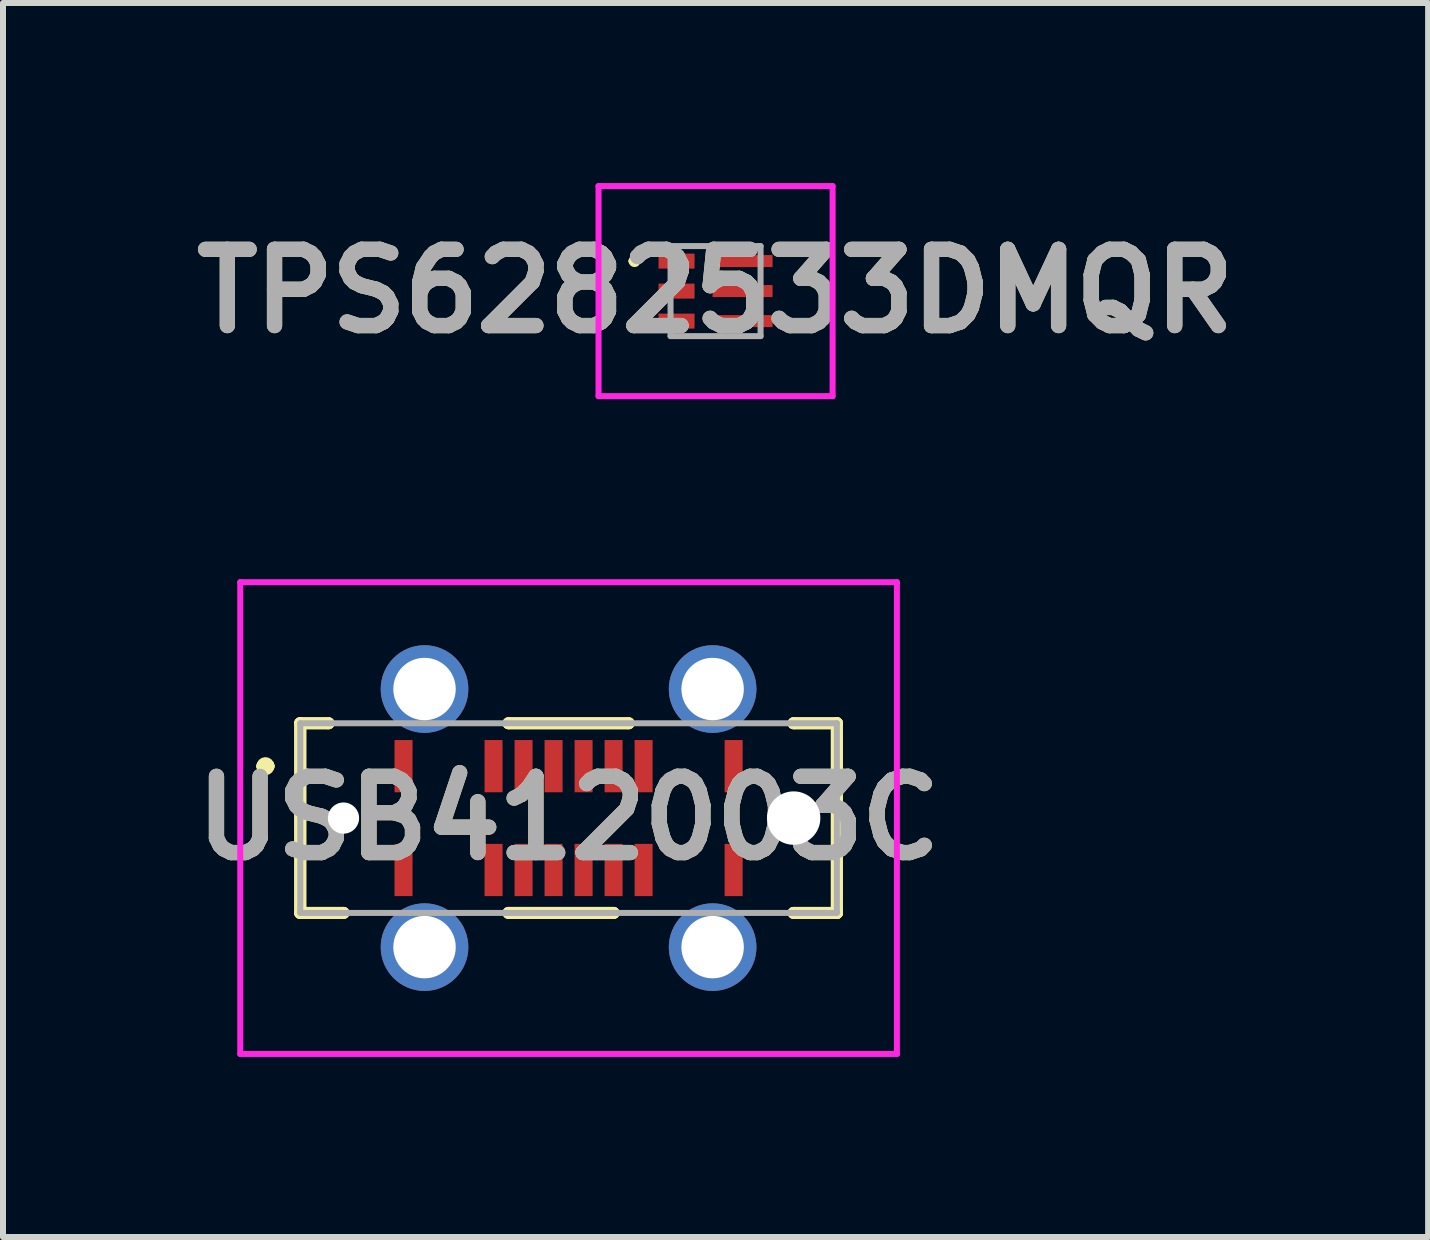
<source format=kicad_pcb>
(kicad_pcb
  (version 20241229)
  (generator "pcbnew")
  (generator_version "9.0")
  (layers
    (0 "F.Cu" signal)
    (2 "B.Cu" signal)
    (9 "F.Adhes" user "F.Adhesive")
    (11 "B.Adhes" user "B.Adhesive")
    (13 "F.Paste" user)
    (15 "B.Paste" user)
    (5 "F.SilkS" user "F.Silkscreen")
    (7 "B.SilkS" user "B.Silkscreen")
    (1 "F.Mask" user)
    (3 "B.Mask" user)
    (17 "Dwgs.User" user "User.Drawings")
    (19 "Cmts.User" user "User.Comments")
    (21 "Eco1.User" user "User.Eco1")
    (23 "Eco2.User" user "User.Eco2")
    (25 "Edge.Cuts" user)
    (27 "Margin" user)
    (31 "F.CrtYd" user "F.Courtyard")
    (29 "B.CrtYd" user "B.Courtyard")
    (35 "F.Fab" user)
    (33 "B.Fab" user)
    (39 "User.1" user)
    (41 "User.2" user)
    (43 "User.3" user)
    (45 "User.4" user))
  (footprint "USB412003C"
    (layer "F.Cu")
    (at 6.423 10.58)
    (property "Reference" "USB412003C" (at 0 0 0) (layer "F.SilkS") (effects (font (size 1.27 1.27) (thickness 0.254))))
    (attr through_hole)
    (fp_line (start -5.1 -0.865) (end -5.1 -0.865) (stroke (width 0.2) (type solid)) (layer "F.SilkS"))
    (fp_line (start -5.1 -0.865) (end -5 -0.865) (stroke (width 0.2) (type solid)) (layer "F.SilkS"))
    (fp_line (start -5 -0.865) (end -5 -0.865) (stroke (width 0.2) (type solid)) (layer "F.SilkS"))
    (fp_line (start -4.47 -1.58) (end -4.47 -1.58) (stroke (width 0.2) (type solid)) (layer "F.SilkS"))
    (fp_line (start -4.47 -1.58) (end -4.47 -1.58) (stroke (width 0.2) (type solid)) (layer "F.SilkS"))
    (fp_line (start -4.47 -1.58) (end -4.47 1.58) (stroke (width 0.2) (type solid)) (layer "F.SilkS"))
    (fp_line (start -4.47 -1.58) (end -4 -1.58) (stroke (width 0.2) (type solid)) (layer "F.SilkS"))
    (fp_line (start -4.47 1.58) (end -4.47 -1.58) (stroke (width 0.2) (type solid)) (layer "F.SilkS"))
    (fp_line (start -4.47 1.58) (end -4.47 1.58) (stroke (width 0.2) (type solid)) (layer "F.SilkS"))
    (fp_line (start -4.47 1.58) (end -4.47 1.58) (stroke (width 0.2) (type solid)) (layer "F.SilkS"))
    (fp_line (start -4.47 1.58) (end -3.75 1.58) (stroke (width 0.2) (type solid)) (layer "F.SilkS"))
    (fp_line (start -4 -1.58) (end -4.47 -1.58) (stroke (width 0.2) (type solid)) (layer "F.SilkS"))
    (fp_line (start -4 -1.58) (end -4 -1.58) (stroke (width 0.2) (type solid)) (layer "F.SilkS"))
    (fp_line (start -3.75 1.58) (end -4.47 1.58) (stroke (width 0.2) (type solid)) (layer "F.SilkS"))
    (fp_line (start -3.75 1.58) (end -3.75 1.58) (stroke (width 0.2) (type solid)) (layer "F.SilkS"))
    (fp_line (start -1 -1.58) (end -1 -1.58) (stroke (width 0.2) (type solid)) (layer "F.SilkS"))
    (fp_line (start -1 -1.58) (end 1 -1.58) (stroke (width 0.2) (type solid)) (layer "F.SilkS"))
    (fp_line (start -1 1.58) (end -1 1.58) (stroke (width 0.2) (type solid)) (layer "F.SilkS"))
    (fp_line (start -1 1.58) (end 0.75 1.58) (stroke (width 0.2) (type solid)) (layer "F.SilkS"))
    (fp_line (start 0.75 1.58) (end -1 1.58) (stroke (width 0.2) (type solid)) (layer "F.SilkS"))
    (fp_line (start 0.75 1.58) (end 0.75 1.58) (stroke (width 0.2) (type solid)) (layer "F.SilkS"))
    (fp_line (start 1 -1.58) (end -1 -1.58) (stroke (width 0.2) (type solid)) (layer "F.SilkS"))
    (fp_line (start 1 -1.58) (end 1 -1.58) (stroke (width 0.2) (type solid)) (layer "F.SilkS"))
    (fp_line (start 3.75 -1.58) (end 3.75 -1.58) (stroke (width 0.2) (type solid)) (layer "F.SilkS"))
    (fp_line (start 3.75 -1.58) (end 4.47 -1.58) (stroke (width 0.2) (type solid)) (layer "F.SilkS"))
    (fp_line (start 3.75 1.58) (end 3.75 1.58) (stroke (width 0.2) (type solid)) (layer "F.SilkS"))
    (fp_line (start 3.75 1.58) (end 4.47 1.58) (stroke (width 0.2) (type solid)) (layer "F.SilkS"))
    (fp_line (start 4.47 -1.58) (end 3.75 -1.58) (stroke (width 0.2) (type solid)) (layer "F.SilkS"))
    (fp_line (start 4.47 -1.58) (end 4.47 -1.58) (stroke (width 0.2) (type solid)) (layer "F.SilkS"))
    (fp_line (start 4.47 -1.58) (end 4.47 -1.58) (stroke (width 0.2) (type solid)) (layer "F.SilkS"))
    (fp_line (start 4.47 -1.58) (end 4.47 1.58) (stroke (width 0.2) (type solid)) (layer "F.SilkS"))
    (fp_line (start 4.47 1.58) (end 3.75 1.58) (stroke (width 0.2) (type solid)) (layer "F.SilkS"))
    (fp_line (start 4.47 1.58) (end 4.47 -1.58) (stroke (width 0.2) (type solid)) (layer "F.SilkS"))
    (fp_line (start 4.47 1.58) (end 4.47 1.58) (stroke (width 0.2) (type solid)) (layer "F.SilkS"))
    (fp_line (start 4.47 1.58) (end 4.47 1.58) (stroke (width 0.2) (type solid)) (layer "F.SilkS"))
    (fp_arc (start -5.1 -0.865) (mid -5.05 -0.915) (end -5 -0.865) (stroke (width 0.2) (type solid)) (layer "F.SilkS"))
    (fp_arc (start -5 -0.865) (mid -5.05 -0.815) (end -5.1 -0.865) (stroke (width 0.2) (type solid)) (layer "F.SilkS"))
    (fp_line (start -5.47 -3.93) (end 5.47 -3.93) (stroke (width 0.1) (type solid)) (layer "F.CrtYd"))
    (fp_line (start -5.47 3.93) (end -5.47 -3.93) (stroke (width 0.1) (type solid)) (layer "F.CrtYd"))
    (fp_line (start 5.47 -3.93) (end 5.47 3.93) (stroke (width 0.1) (type solid)) (layer "F.CrtYd"))
    (fp_line (start 5.47 3.93) (end -5.47 3.93) (stroke (width 0.1) (type solid)) (layer "F.CrtYd"))
    (fp_line (start -4.47 -1.58) (end -4.47 1.58) (stroke (width 0.1) (type solid)) (layer "F.Fab"))
    (fp_line (start -4.47 1.58) (end 4.47 1.58) (stroke (width 0.1) (type solid)) (layer "F.Fab"))
    (fp_line (start 4.47 -1.58) (end -4.47 -1.58) (stroke (width 0.1) (type solid)) (layer "F.Fab"))
    (fp_line (start 4.47 1.58) (end 4.47 -1.58) (stroke (width 0.1) (type solid)) (layer "F.Fab"))
    (fp_text user "${REFERENCE}" (at 0 0 0) (layer "F.Fab") (effects (font (size 1.27 1.27) (thickness 0.254))))
    (pad "" np_thru_hole circle (at -3.75 0) (size 0.52 0.52) (drill 0.52) (layers "*.Cu" "*.Mask"))
    (pad "" np_thru_hole circle (at 3.75 0) (size 0.89 0.89) (drill 0.89) (layers "*.Cu" "*.Mask"))
    (pad "A1" smd rect (at -2.75 -0.865) (size 0.3 0.87) (layers "F.Cu" "F.Mask" "F.Paste"))
    (pad "A4" smd rect (at -1.25 -0.865) (size 0.3 0.87) (layers "F.Cu" "F.Mask" "F.Paste"))
    (pad "A5" smd rect (at -0.75 -0.865) (size 0.3 0.87) (layers "F.Cu" "F.Mask" "F.Paste"))
    (pad "A6" smd rect (at -0.25 -0.865) (size 0.3 0.87) (layers "F.Cu" "F.Mask" "F.Paste"))
    (pad "A7" smd rect (at 0.25 -0.865) (size 0.3 0.87) (layers "F.Cu" "F.Mask" "F.Paste"))
    (pad "A8" smd rect (at 0.75 -0.865) (size 0.3 0.87) (layers "F.Cu" "F.Mask" "F.Paste"))
    (pad "A9" smd rect (at 1.25 -0.865) (size 0.3 0.87) (layers "F.Cu" "F.Mask" "F.Paste"))
    (pad "A12" smd rect (at 2.75 -0.865) (size 0.3 0.87) (layers "F.Cu" "F.Mask" "F.Paste"))
    (pad "B1" smd rect (at 2.75 0.865) (size 0.3 0.87) (layers "F.Cu" "F.Mask" "F.Paste"))
    (pad "B4" smd rect (at 1.25 0.865) (size 0.3 0.87) (layers "F.Cu" "F.Mask" "F.Paste"))
    (pad "B5" smd rect (at 0.75 0.865) (size 0.3 0.87) (layers "F.Cu" "F.Mask" "F.Paste"))
    (pad "B6" smd rect (at 0.25 0.865) (size 0.3 0.87) (layers "F.Cu" "F.Mask" "F.Paste"))
    (pad "B7" smd rect (at -0.25 0.865) (size 0.3 0.87) (layers "F.Cu" "F.Mask" "F.Paste"))
    (pad "B8" smd rect (at -0.75 0.865) (size 0.3 0.87) (layers "F.Cu" "F.Mask" "F.Paste"))
    (pad "B9" smd rect (at -1.25 0.865) (size 0.3 0.87) (layers "F.Cu" "F.Mask" "F.Paste"))
    (pad "B12" smd rect (at -2.75 0.865) (size 0.3 0.87) (layers "F.Cu" "F.Mask" "F.Paste"))
    (pad "MH1" thru_hole circle (at -2.4 -2.15) (size 1.46 1.46) (drill 1.04) (layers "*.Cu" "*.Mask"))
    (pad "MH2" thru_hole circle (at 2.4 -2.15) (size 1.46 1.46) (drill 1.04) (layers "*.Cu" "*.Mask"))
    (pad "MH3" thru_hole circle (at 2.4 2.15) (size 1.46 1.46) (drill 1.04) (layers "*.Cu" "*.Mask"))
    (pad "MH4" thru_hole circle (at -2.4 2.15) (size 1.46 1.46) (drill 1.04) (layers "*.Cu" "*.Mask")))
  (footprint "TPS6282533DMQR"
    (layer "F.Cu")
    (at 8.872 1.8)
    (property "Reference" "TPS6282533DMQR" (at 0 0 0) (layer "F.SilkS") (effects (font (size 1.27 1.27) (thickness 0.254))))
    (attr smd)
    (fp_line (start -1.4 -0.5) (end -1.4 -0.5) (stroke (width 0.1) (type solid)) (layer "F.SilkS"))
    (fp_line (start -1.3 -0.5) (end -1.3 -0.5) (stroke (width 0.1) (type solid)) (layer "F.SilkS"))
    (fp_arc (start -1.4 -0.5) (mid -1.35 -0.55) (end -1.3 -0.5) (stroke (width 0.1) (type solid)) (layer "F.SilkS"))
    (fp_arc (start -1.3 -0.5) (mid -1.35 -0.45) (end -1.4 -0.5) (stroke (width 0.1) (type solid)) (layer "F.SilkS"))
    (fp_line (start -1.95 -1.75) (end 1.95 -1.75) (stroke (width 0.1) (type solid)) (layer "F.CrtYd"))
    (fp_line (start -1.95 1.75) (end -1.95 -1.75) (stroke (width 0.1) (type solid)) (layer "F.CrtYd"))
    (fp_line (start 1.95 -1.75) (end 1.95 1.75) (stroke (width 0.1) (type solid)) (layer "F.CrtYd"))
    (fp_line (start 1.95 1.75) (end -1.95 1.75) (stroke (width 0.1) (type solid)) (layer "F.CrtYd"))
    (fp_line (start -0.75 -0.75) (end 0.75 -0.75) (stroke (width 0.1) (type solid)) (layer "F.Fab"))
    (fp_line (start -0.75 0.75) (end -0.75 -0.75) (stroke (width 0.1) (type solid)) (layer "F.Fab"))
    (fp_line (start 0.75 -0.75) (end 0.75 0.75) (stroke (width 0.1) (type solid)) (layer "F.Fab"))
    (fp_line (start 0.75 0.75) (end -0.75 0.75) (stroke (width 0.1) (type solid)) (layer "F.Fab"))
    (fp_text user "${REFERENCE}" (at 0 0 0) (layer "F.Fab") (effects (font (size 1.27 1.27) (thickness 0.254))))
    (pad "1" smd rect (at -0.65 -0.5 90) (size 0.25 0.6) (layers "F.Cu" "F.Mask" "F.Paste"))
    (pad "2" smd rect (at -0.65 0 90) (size 0.25 0.6) (layers "F.Cu" "F.Mask" "F.Paste"))
    (pad "3" smd rect (at -0.65 0.5 90) (size 0.25 0.6) (layers "F.Cu" "F.Mask" "F.Paste"))
    (pad "4" smd rect (at 0.45 0.5 90) (size 0.2 1) (layers "F.Cu" "F.Mask" "F.Paste"))
    (pad "5" smd rect (at 0.45 0 90) (size 0.2 1) (layers "F.Cu" "F.Mask" "F.Paste"))
    (pad "6" smd rect (at 0.45 -0.5 90) (size 0.2 1) (layers "F.Cu" "F.Mask" "F.Paste")))
  (gr_rect
    (start -3 -3)
    (end 20.744 17.56)
    (stroke (width 0.1) (type default))
    (fill no)
    (layer "Edge.Cuts")))
</source>
